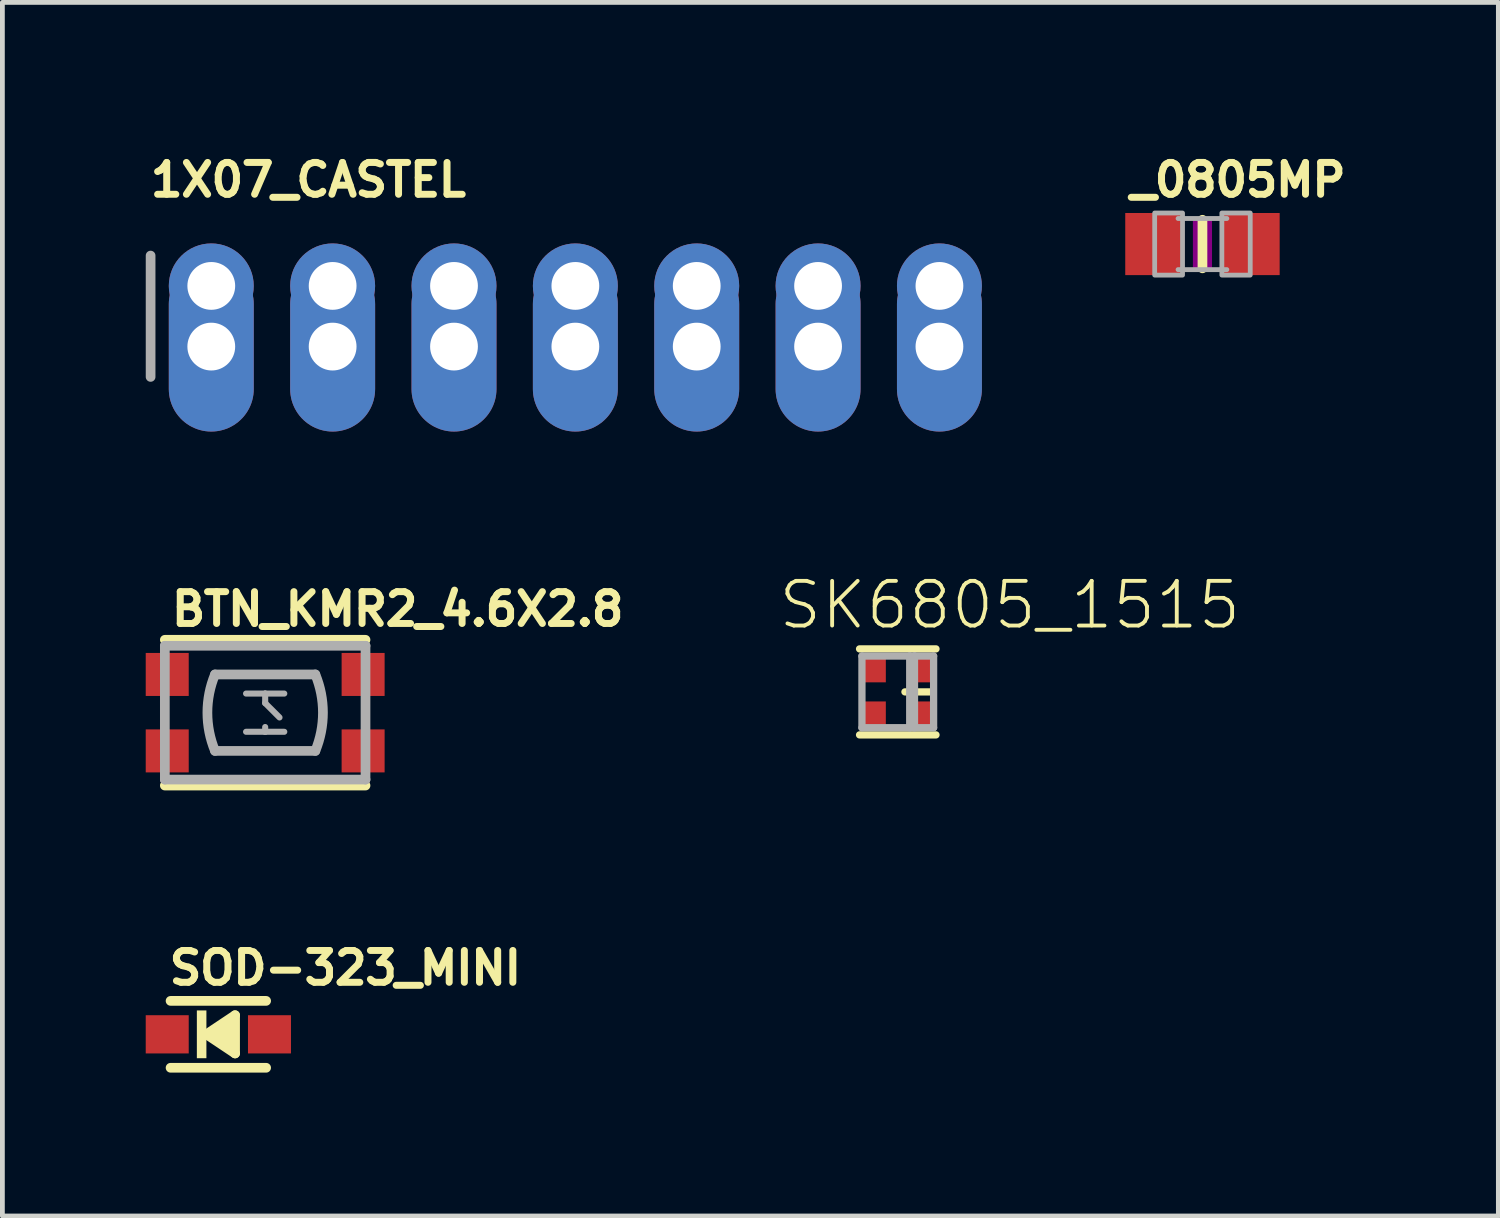
<source format=kicad_pcb>
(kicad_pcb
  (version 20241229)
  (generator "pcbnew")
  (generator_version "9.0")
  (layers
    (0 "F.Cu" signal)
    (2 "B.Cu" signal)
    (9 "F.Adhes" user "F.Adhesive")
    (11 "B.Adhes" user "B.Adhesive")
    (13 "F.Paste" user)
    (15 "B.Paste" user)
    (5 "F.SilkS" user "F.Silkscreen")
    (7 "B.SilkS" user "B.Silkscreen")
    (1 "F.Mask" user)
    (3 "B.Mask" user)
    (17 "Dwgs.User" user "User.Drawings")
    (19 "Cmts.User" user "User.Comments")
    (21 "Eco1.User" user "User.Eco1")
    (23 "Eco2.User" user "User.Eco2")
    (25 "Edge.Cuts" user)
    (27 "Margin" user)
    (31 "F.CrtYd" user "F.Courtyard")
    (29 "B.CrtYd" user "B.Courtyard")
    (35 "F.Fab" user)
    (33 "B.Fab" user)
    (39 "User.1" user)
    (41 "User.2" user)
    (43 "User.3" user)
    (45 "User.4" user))
  (footprint "1X07_CASTEL"
    (layer "F.Cu")
    (at 8.992 2.934)
    (property "Reference" "1X07_CASTEL" (at -8.966 -1.829 0) (layer "F.SilkS") (effects (font (size 0.666 0.666) (thickness 0.146)) (justify left bottom)))
    (fp_line (start -8.89 -0.635) (end -8.89 1.905) (stroke (width 0.203) (type solid)) (layer "F.Fab"))
    (fp_poly (pts (xy -7.874 0.254) (xy -7.366 0.254) (xy -7.366 -0.254) (xy -7.874 -0.254)) (stroke (width 0.1) (type solid)) (fill no) (layer "F.Fab"))
    (fp_poly (pts (xy -7.874 1.524) (xy -7.366 1.524) (xy -7.366 1.016) (xy -7.874 1.016)) (stroke (width 0.1) (type solid)) (fill no) (layer "F.Fab"))
    (fp_poly (pts (xy -5.334 0.254) (xy -4.826 0.254) (xy -4.826 -0.254) (xy -5.334 -0.254)) (stroke (width 0.1) (type solid)) (fill no) (layer "F.Fab"))
    (fp_poly (pts (xy -5.334 1.524) (xy -4.826 1.524) (xy -4.826 1.016) (xy -5.334 1.016)) (stroke (width 0.1) (type solid)) (fill no) (layer "F.Fab"))
    (fp_poly (pts (xy -2.794 0.254) (xy -2.286 0.254) (xy -2.286 -0.254) (xy -2.794 -0.254)) (stroke (width 0.1) (type solid)) (fill no) (layer "F.Fab"))
    (fp_poly (pts (xy -2.794 1.524) (xy -2.286 1.524) (xy -2.286 1.016) (xy -2.794 1.016)) (stroke (width 0.1) (type solid)) (fill no) (layer "F.Fab"))
    (fp_poly (pts (xy -0.254 0.254) (xy 0.254 0.254) (xy 0.254 -0.254) (xy -0.254 -0.254)) (stroke (width 0.1) (type solid)) (fill no) (layer "F.Fab"))
    (fp_poly (pts (xy -0.254 1.524) (xy 0.254 1.524) (xy 0.254 1.016) (xy -0.254 1.016)) (stroke (width 0.1) (type solid)) (fill no) (layer "F.Fab"))
    (fp_poly (pts (xy 2.286 0.254) (xy 2.794 0.254) (xy 2.794 -0.254) (xy 2.286 -0.254)) (stroke (width 0.1) (type solid)) (fill no) (layer "F.Fab"))
    (fp_poly (pts (xy 2.286 1.524) (xy 2.794 1.524) (xy 2.794 1.016) (xy 2.286 1.016)) (stroke (width 0.1) (type solid)) (fill no) (layer "F.Fab"))
    (fp_poly (pts (xy 4.826 0.254) (xy 5.334 0.254) (xy 5.334 -0.254) (xy 4.826 -0.254)) (stroke (width 0.1) (type solid)) (fill no) (layer "F.Fab"))
    (fp_poly (pts (xy 4.826 1.524) (xy 5.334 1.524) (xy 5.334 1.016) (xy 4.826 1.016)) (stroke (width 0.1) (type solid)) (fill no) (layer "F.Fab"))
    (fp_poly (pts (xy 7.366 0.254) (xy 7.874 0.254) (xy 7.874 -0.254) (xy 7.366 -0.254)) (stroke (width 0.1) (type solid)) (fill no) (layer "F.Fab"))
    (fp_poly (pts (xy 7.366 1.524) (xy 7.874 1.524) (xy 7.874 1.016) (xy 7.366 1.016)) (stroke (width 0.1) (type solid)) (fill no) (layer "F.Fab"))
    (pad "1" thru_hole circle (at -7.62 0 90) (size 1.778 1.778) (drill 1) (layers "*.Cu" "*.Mask"))
    (pad "1C" thru_hole oval (at -7.62 1.27 90) (size 3.556 1.778) (drill 1) (layers "*.Cu" "*.Mask"))
    (pad "2" thru_hole circle (at -5.08 0 90) (size 1.778 1.778) (drill 1) (layers "*.Cu" "*.Mask"))
    (pad "2C" thru_hole oval (at -5.08 1.27 90) (size 3.556 1.778) (drill 1) (layers "*.Cu" "*.Mask"))
    (pad "3" thru_hole circle (at -2.54 0 90) (size 1.778 1.778) (drill 1) (layers "*.Cu" "*.Mask"))
    (pad "3C" thru_hole oval (at -2.54 1.27 90) (size 3.556 1.778) (drill 1) (layers "*.Cu" "*.Mask"))
    (pad "4" thru_hole circle (at 0 0 90) (size 1.778 1.778) (drill 1) (layers "*.Cu" "*.Mask"))
    (pad "4C" thru_hole oval (at 0 1.27 90) (size 3.556 1.778) (drill 1) (layers "*.Cu" "*.Mask"))
    (pad "5" thru_hole circle (at 2.54 0 90) (size 1.778 1.778) (drill 1) (layers "*.Cu" "*.Mask"))
    (pad "5C" thru_hole oval (at 2.54 1.27 90) (size 3.556 1.778) (drill 1) (layers "*.Cu" "*.Mask"))
    (pad "6" thru_hole circle (at 5.08 0 90) (size 1.778 1.778) (drill 1) (layers "*.Cu" "*.Mask"))
    (pad "6C" thru_hole oval (at 5.08 1.27 90) (size 3.556 1.778) (drill 1) (layers "*.Cu" "*.Mask"))
    (pad "7" thru_hole circle (at 7.62 0 90) (size 1.778 1.778) (drill 1) (layers "*.Cu" "*.Mask"))
    (pad "7C" thru_hole oval (at 7.62 1.27 90) (size 3.556 1.778) (drill 1) (layers "*.Cu" "*.Mask")))
  (footprint "SOD-323_MINI"
    (layer "F.Cu")
    (at 1.52 18.598)
    (property "Reference" "SOD-323_MINI" (at -1.1 -1 0) (layer "F.SilkS") (effects (font (size 0.666 0.666) (thickness 0.146)) (justify left bottom)))
    (fp_line (start -1 -0.7) (end 1 -0.7) (stroke (width 0.203) (type solid)) (layer "F.SilkS"))
    (fp_line (start -0.25 0) (end 0.35 -0.4) (stroke (width 0.203) (type solid)) (layer "F.SilkS"))
    (fp_line (start 0.35 -0.4) (end 0.35 0.4) (stroke (width 0.203) (type solid)) (layer "F.SilkS"))
    (fp_line (start 0.35 0.4) (end -0.25 0) (stroke (width 0.203) (type solid)) (layer "F.SilkS"))
    (fp_line (start 1 0.7) (end -1 0.7) (stroke (width 0.203) (type solid)) (layer "F.SilkS"))
    (fp_poly (pts (xy 0.302 0.39) (xy -0.283 0) (xy 0.302 -0.39)) (stroke (width 0) (type solid)) (fill yes) (layer "F.SilkS"))
    (fp_poly (pts (xy -0.45 0.5) (xy -0.25 0.5) (xy -0.25 -0.5) (xy -0.45 -0.5)) (stroke (width 0) (type solid)) (fill yes) (layer "F.SilkS"))
    (pad "A" smd rect (at 1.07 0) (size 0.9 0.8) (layers "F.Cu" "F.Mask" "F.Paste"))
    (pad "C" smd rect (at -1.07 0) (size 0.9 0.8) (layers "F.Cu" "F.Mask" "F.Paste")))
  (footprint "BTN_KMR2_4.6X2.8"
    (layer "F.Cu")
    (at 2.5 11.866)
    (property "Reference" "BTN_KMR2_4.6X2.8" (at -2.032 -1.778 0) (layer "F.SilkS") (effects (font (size 0.666 0.666) (thickness 0.146)) (justify left bottom)))
    (fp_line (start -2.1 -1.525) (end 2.1 -1.525) (stroke (width 0.203) (type solid)) (layer "F.SilkS"))
    (fp_line (start 2.1 1.525) (end -2.1 1.525) (stroke (width 0.203) (type solid)) (layer "F.SilkS"))
    (fp_line (start -2.1 -1.4) (end 2.1 -1.4) (stroke (width 0.203) (type solid)) (layer "F.Fab"))
    (fp_line (start -2.1 1.4) (end -2.1 -1.4) (stroke (width 0.203) (type solid)) (layer "F.Fab"))
    (fp_line (start -1.05 -0.8) (end 1.05 -0.8) (stroke (width 0.203) (type solid)) (layer "F.Fab"))
    (fp_line (start -0.4 -0.4) (end 0 -0.4) (stroke (width 0.127) (type solid)) (layer "F.Fab"))
    (fp_line (start -0.4 0.4) (end 0 0.4) (stroke (width 0.127) (type solid)) (layer "F.Fab"))
    (fp_line (start 0 -0.4) (end 0 -0.2) (stroke (width 0.127) (type solid)) (layer "F.Fab"))
    (fp_line (start 0 -0.4) (end 0.4 -0.4) (stroke (width 0.127) (type solid)) (layer "F.Fab"))
    (fp_line (start 0 -0.2) (end 0.3 0.1) (stroke (width 0.127) (type solid)) (layer "F.Fab"))
    (fp_line (start 0 0.4) (end 0 0.3) (stroke (width 0.127) (type solid)) (layer "F.Fab"))
    (fp_line (start 0 0.4) (end 0.4 0.4) (stroke (width 0.127) (type solid)) (layer "F.Fab"))
    (fp_line (start 1.05 0.8) (end -1.05 0.8) (stroke (width 0.203) (type solid)) (layer "F.Fab"))
    (fp_line (start 2.1 -1.4) (end 2.1 1.4) (stroke (width 0.203) (type solid)) (layer "F.Fab"))
    (fp_line (start 2.1 1.4) (end -2.1 1.4) (stroke (width 0.203) (type solid)) (layer "F.Fab"))
    (fp_arc (start -1.05 0.8) (mid -1.209128 0) (end -1.05 -0.799999) (stroke (width 0.2032) (type solid)) (layer "F.Fab"))
    (fp_arc (start 1.05 -0.8) (mid 1.209128 0) (end 1.05 0.799999) (stroke (width 0.2032) (type solid)) (layer "F.Fab"))
    (pad "A" smd rect (at 2.05 -0.8) (size 0.9 0.9) (layers "F.Cu" "F.Mask" "F.Paste"))
    (pad "A'" smd rect (at -2.05 -0.8) (size 0.9 0.9) (layers "F.Cu" "F.Mask" "F.Paste"))
    (pad "B" smd rect (at 2.05 0.8) (size 0.9 0.9) (layers "F.Cu" "F.Mask" "F.Paste"))
    (pad "B'" smd rect (at -2.05 0.8) (size 0.9 0.9) (layers "F.Cu" "F.Mask" "F.Paste")))
  (footprint "_0805MP"
    (layer "F.Cu")
    (at 22.117 2.058)
    (property "Reference" "_0805MP" (at -1.587 -0.953 0) (layer "F.SilkS") (effects (font (size 0.666 0.666) (thickness 0.146)) (justify left bottom)))
    (fp_line (start 0 -0.508) (end 0 0.508) (stroke (width 0.203) (type solid)) (layer "F.SilkS"))
    (fp_poly (pts (xy -0.2 0.5) (xy 0.2 0.5) (xy 0.2 -0.5) (xy -0.2 -0.5)) (stroke (width 0) (type solid)) (fill yes) (layer "F.Adhes"))
    (fp_line (start -0.51 -0.535) (end 0.51 -0.535) (stroke (width 0.102) (type solid)) (layer "F.Fab"))
    (fp_line (start -0.51 0.535) (end 0.51 0.535) (stroke (width 0.102) (type solid)) (layer "F.Fab"))
    (fp_poly (pts (xy -1 0.65) (xy -0.417 0.65) (xy -0.417 -0.65) (xy -1 -0.65)) (stroke (width 0.1) (type solid)) (fill no) (layer "F.Fab"))
    (fp_poly (pts (xy 0.406 0.65) (xy 1 0.65) (xy 1 -0.65) (xy 0.406 -0.65)) (stroke (width 0.1) (type solid)) (fill no) (layer "F.Fab"))
    (pad "1" smd rect (at -1.016 0) (size 1.2 1.3) (layers "F.Cu" "F.Mask" "F.Paste"))
    (pad "2" smd rect (at 1.016 0) (size 1.2 1.3) (layers "F.Cu" "F.Mask" "F.Paste")))
  (footprint "SK6805_1515"
    (layer "F.Cu")
    (at 15.74 11.431)
    (property "Reference" "SK6805_1515" (at -2.54 -1.27 0) (layer "F.SilkS") (effects (font (size 0.935 0.935) (thickness 0.081)) (justify left bottom)))
    (fp_line (start -0.8 -0.9) (end 0.8 -0.9) (stroke (width 0.152) (type solid)) (layer "F.SilkS"))
    (fp_line (start -0.8 0.9) (end 0.8 0.9) (stroke (width 0.152) (type solid)) (layer "F.SilkS"))
    (fp_line (start 0.7 0) (end 0.15 0) (stroke (width 0.152) (type solid)) (layer "F.SilkS"))
    (fp_line (start -0.75 -0.75) (end 0.25 -0.75) (stroke (width 0.152) (type solid)) (layer "F.Fab"))
    (fp_line (start -0.75 0.75) (end -0.75 -0.75) (stroke (width 0.152) (type solid)) (layer "F.Fab"))
    (fp_line (start 0.25 -0.75) (end 0.25 0.75) (stroke (width 0.152) (type solid)) (layer "F.Fab"))
    (fp_line (start 0.25 0.75) (end -0.75 0.75) (stroke (width 0.152) (type solid)) (layer "F.Fab"))
    (fp_line (start 0.25 0.75) (end 0.35 0.75) (stroke (width 0.152) (type solid)) (layer "F.Fab"))
    (fp_line (start 0.35 -0.75) (end 0.25 -0.75) (stroke (width 0.152) (type solid)) (layer "F.Fab"))
    (fp_line (start 0.35 -0.75) (end 0.75 -0.75) (stroke (width 0.152) (type solid)) (layer "F.Fab"))
    (fp_line (start 0.35 0.75) (end 0.35 -0.75) (stroke (width 0.152) (type solid)) (layer "F.Fab"))
    (fp_line (start 0.75 -0.75) (end 0.75 0.75) (stroke (width 0.152) (type solid)) (layer "F.Fab"))
    (fp_line (start 0.75 0.75) (end 0.35 0.75) (stroke (width 0.152) (type solid)) (layer "F.Fab"))
    (pad "1" smd rect (at -0.5 0.45) (size 0.5 0.5) (layers "F.Cu" "F.Mask" "F.Paste"))
    (pad "2" smd rect (at 0.5 0.45) (size 0.5 0.5) (layers "F.Cu" "F.Mask" "F.Paste"))
    (pad "3" smd rect (at 0.5 -0.45) (size 0.5 0.5) (layers "F.Cu" "F.Mask" "F.Paste"))
    (pad "4" smd rect (at -0.5 -0.45) (size 0.5 0.5) (layers "F.Cu" "F.Mask" "F.Paste")))
  (gr_rect
    (start -3 -3)
    (end 28.31 22.4)
    (stroke (width 0.1) (type default))
    (fill no)
    (layer "Edge.Cuts")))
</source>
